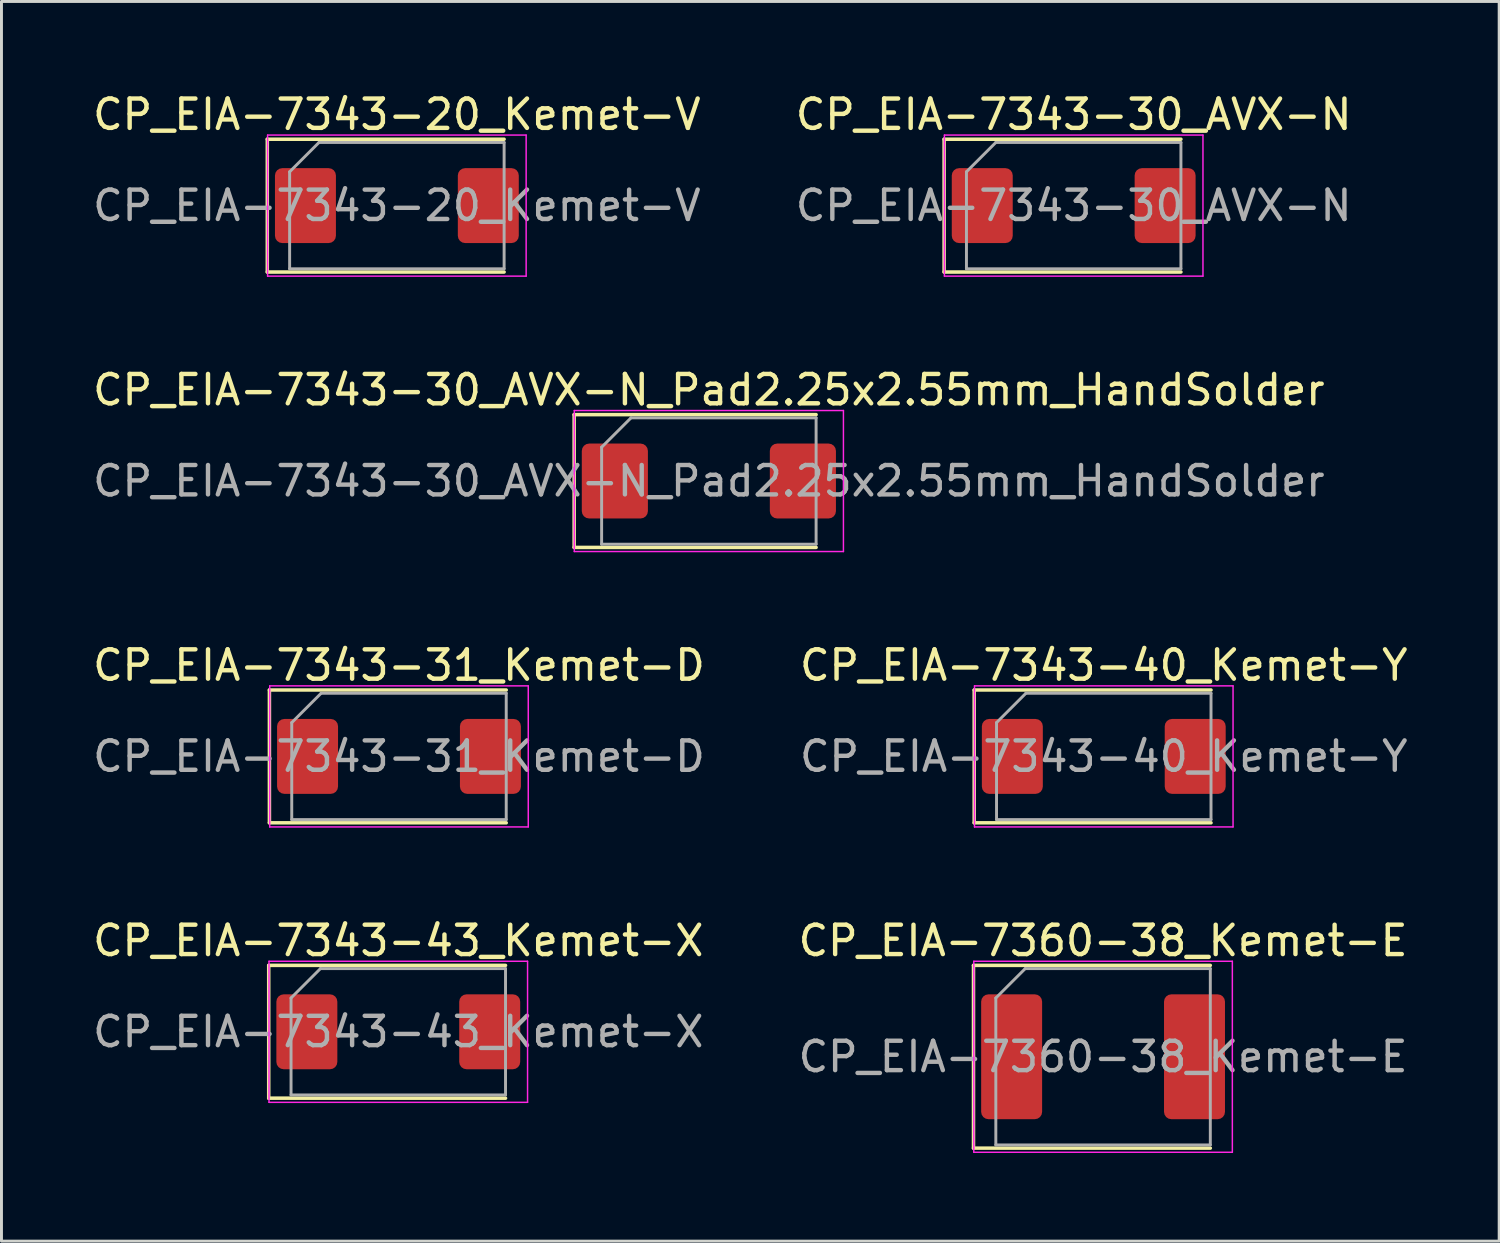
<source format=kicad_pcb>
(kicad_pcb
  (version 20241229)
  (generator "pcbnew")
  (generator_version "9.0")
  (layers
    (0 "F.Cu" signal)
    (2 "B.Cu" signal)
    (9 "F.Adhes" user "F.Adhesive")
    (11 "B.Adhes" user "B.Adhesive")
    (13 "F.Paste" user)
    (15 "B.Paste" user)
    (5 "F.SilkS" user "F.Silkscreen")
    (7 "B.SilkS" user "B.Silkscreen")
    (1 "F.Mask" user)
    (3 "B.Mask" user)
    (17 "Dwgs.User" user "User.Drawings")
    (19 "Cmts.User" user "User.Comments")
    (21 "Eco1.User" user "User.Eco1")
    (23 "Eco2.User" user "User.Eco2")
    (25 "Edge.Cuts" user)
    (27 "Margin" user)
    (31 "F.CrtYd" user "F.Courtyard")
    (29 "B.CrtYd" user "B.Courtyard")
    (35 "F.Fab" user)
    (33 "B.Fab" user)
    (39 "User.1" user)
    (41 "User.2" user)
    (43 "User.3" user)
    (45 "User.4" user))
  (footprint "CP_EIA-7343-30_AVX-N"
    (layer "F.Cu")
    (at 33.494 3.948)
    (property "Reference" "CP_EIA-7343-30_AVX-N" (at 0 -3.1 0) (layer "F.SilkS") (effects (font (size 1 1) (thickness 0.15))))
    (attr smd)
    (fp_line (start -4.41 -2.26) (end -4.41 2.26) (stroke (width 0.12) (type solid)) (layer "F.SilkS"))
    (fp_line (start -4.41 2.26) (end 3.65 2.26) (stroke (width 0.12) (type solid)) (layer "F.SilkS"))
    (fp_line (start 3.65 -2.26) (end -4.41 -2.26) (stroke (width 0.12) (type solid)) (layer "F.SilkS"))
    (fp_line (start -4.4 -2.4) (end 4.4 -2.4) (stroke (width 0.05) (type solid)) (layer "F.CrtYd"))
    (fp_line (start -4.4 2.4) (end -4.4 -2.4) (stroke (width 0.05) (type solid)) (layer "F.CrtYd"))
    (fp_line (start 4.4 -2.4) (end 4.4 2.4) (stroke (width 0.05) (type solid)) (layer "F.CrtYd"))
    (fp_line (start 4.4 2.4) (end -4.4 2.4) (stroke (width 0.05) (type solid)) (layer "F.CrtYd"))
    (fp_line (start -3.65 -1.15) (end -3.65 2.15) (stroke (width 0.1) (type solid)) (layer "F.Fab"))
    (fp_line (start -3.65 2.15) (end 3.65 2.15) (stroke (width 0.1) (type solid)) (layer "F.Fab"))
    (fp_line (start -2.65 -2.15) (end -3.65 -1.15) (stroke (width 0.1) (type solid)) (layer "F.Fab"))
    (fp_line (start 3.65 -2.15) (end -2.65 -2.15) (stroke (width 0.1) (type solid)) (layer "F.Fab"))
    (fp_line (start 3.65 2.15) (end 3.65 -2.15) (stroke (width 0.1) (type solid)) (layer "F.Fab"))
    (fp_text user "${REFERENCE}" (at 0 0 0) (layer "F.Fab") (effects (font (size 1 1) (thickness 0.15))))
    (pad "1" smd roundrect (at -3.112 0) (size 2.075 2.55) (layers "F.Cu" "F.Mask" "F.Paste") (roundrect_rratio 0.12))
    (pad "2" smd roundrect (at 3.112 0) (size 2.075 2.55) (layers "F.Cu" "F.Mask" "F.Paste") (roundrect_rratio 0.12)))
  (footprint "CP_EIA-7343-40_Kemet-Y"
    (layer "F.Cu")
    (at 34.518 22.695)
    (property "Reference" "CP_EIA-7343-40_Kemet-Y" (at 0 -3.1 0) (layer "F.SilkS") (effects (font (size 1 1) (thickness 0.15))))
    (attr smd)
    (fp_line (start -4.41 -2.26) (end -4.41 2.26) (stroke (width 0.12) (type solid)) (layer "F.SilkS"))
    (fp_line (start -4.41 2.26) (end 3.65 2.26) (stroke (width 0.12) (type solid)) (layer "F.SilkS"))
    (fp_line (start 3.65 -2.26) (end -4.41 -2.26) (stroke (width 0.12) (type solid)) (layer "F.SilkS"))
    (fp_line (start -4.4 -2.4) (end 4.4 -2.4) (stroke (width 0.05) (type solid)) (layer "F.CrtYd"))
    (fp_line (start -4.4 2.4) (end -4.4 -2.4) (stroke (width 0.05) (type solid)) (layer "F.CrtYd"))
    (fp_line (start 4.4 -2.4) (end 4.4 2.4) (stroke (width 0.05) (type solid)) (layer "F.CrtYd"))
    (fp_line (start 4.4 2.4) (end -4.4 2.4) (stroke (width 0.05) (type solid)) (layer "F.CrtYd"))
    (fp_line (start -3.65 -1.15) (end -3.65 2.15) (stroke (width 0.1) (type solid)) (layer "F.Fab"))
    (fp_line (start -3.65 2.15) (end 3.65 2.15) (stroke (width 0.1) (type solid)) (layer "F.Fab"))
    (fp_line (start -2.65 -2.15) (end -3.65 -1.15) (stroke (width 0.1) (type solid)) (layer "F.Fab"))
    (fp_line (start 3.65 -2.15) (end -2.65 -2.15) (stroke (width 0.1) (type solid)) (layer "F.Fab"))
    (fp_line (start 3.65 2.15) (end 3.65 -2.15) (stroke (width 0.1) (type solid)) (layer "F.Fab"))
    (fp_text user "${REFERENCE}" (at 0 0 0) (layer "F.Fab") (effects (font (size 1 1) (thickness 0.15))))
    (pad "1" smd roundrect (at -3.112 0) (size 2.075 2.55) (layers "F.Cu" "F.Mask" "F.Paste") (roundrect_rratio 0.12))
    (pad "2" smd roundrect (at 3.112 0) (size 2.075 2.55) (layers "F.Cu" "F.Mask" "F.Paste") (roundrect_rratio 0.12)))
  (footprint "CP_EIA-7360-38_Kemet-E"
    (layer "F.Cu")
    (at 34.494 32.918)
    (property "Reference" "CP_EIA-7360-38_Kemet-E" (at 0 -3.95 0) (layer "F.SilkS") (effects (font (size 1 1) (thickness 0.15))))
    (attr smd)
    (fp_line (start -4.41 -3.11) (end -4.41 3.11) (stroke (width 0.12) (type solid)) (layer "F.SilkS"))
    (fp_line (start -4.41 3.11) (end 3.65 3.11) (stroke (width 0.12) (type solid)) (layer "F.SilkS"))
    (fp_line (start 3.65 -3.11) (end -4.41 -3.11) (stroke (width 0.12) (type solid)) (layer "F.SilkS"))
    (fp_line (start -4.4 -3.25) (end 4.4 -3.25) (stroke (width 0.05) (type solid)) (layer "F.CrtYd"))
    (fp_line (start -4.4 3.25) (end -4.4 -3.25) (stroke (width 0.05) (type solid)) (layer "F.CrtYd"))
    (fp_line (start 4.4 -3.25) (end 4.4 3.25) (stroke (width 0.05) (type solid)) (layer "F.CrtYd"))
    (fp_line (start 4.4 3.25) (end -4.4 3.25) (stroke (width 0.05) (type solid)) (layer "F.CrtYd"))
    (fp_line (start -3.65 -2) (end -3.65 3) (stroke (width 0.1) (type solid)) (layer "F.Fab"))
    (fp_line (start -3.65 3) (end 3.65 3) (stroke (width 0.1) (type solid)) (layer "F.Fab"))
    (fp_line (start -2.65 -3) (end -3.65 -2) (stroke (width 0.1) (type solid)) (layer "F.Fab"))
    (fp_line (start 3.65 -3) (end -2.65 -3) (stroke (width 0.1) (type solid)) (layer "F.Fab"))
    (fp_line (start 3.65 3) (end 3.65 -3) (stroke (width 0.1) (type solid)) (layer "F.Fab"))
    (fp_text user "${REFERENCE}" (at 0 0 0) (layer "F.Fab") (effects (font (size 1 1) (thickness 0.15))))
    (pad "1" smd roundrect (at -3.112 0) (size 2.075 4.25) (layers "F.Cu" "F.Mask" "F.Paste") (roundrect_rratio 0.12))
    (pad "2" smd roundrect (at 3.112 0) (size 2.075 4.25) (layers "F.Cu" "F.Mask" "F.Paste") (roundrect_rratio 0.12)))
  (footprint "CP_EIA-7343-31_Kemet-D"
    (layer "F.Cu")
    (at 10.53 22.695)
    (property "Reference" "CP_EIA-7343-31_Kemet-D" (at 0 -3.1 0) (layer "F.SilkS") (effects (font (size 1 1) (thickness 0.15))))
    (attr smd)
    (fp_line (start -4.41 -2.26) (end -4.41 2.26) (stroke (width 0.12) (type solid)) (layer "F.SilkS"))
    (fp_line (start -4.41 2.26) (end 3.65 2.26) (stroke (width 0.12) (type solid)) (layer "F.SilkS"))
    (fp_line (start 3.65 -2.26) (end -4.41 -2.26) (stroke (width 0.12) (type solid)) (layer "F.SilkS"))
    (fp_line (start -4.4 -2.4) (end 4.4 -2.4) (stroke (width 0.05) (type solid)) (layer "F.CrtYd"))
    (fp_line (start -4.4 2.4) (end -4.4 -2.4) (stroke (width 0.05) (type solid)) (layer "F.CrtYd"))
    (fp_line (start 4.4 -2.4) (end 4.4 2.4) (stroke (width 0.05) (type solid)) (layer "F.CrtYd"))
    (fp_line (start 4.4 2.4) (end -4.4 2.4) (stroke (width 0.05) (type solid)) (layer "F.CrtYd"))
    (fp_line (start -3.65 -1.15) (end -3.65 2.15) (stroke (width 0.1) (type solid)) (layer "F.Fab"))
    (fp_line (start -3.65 2.15) (end 3.65 2.15) (stroke (width 0.1) (type solid)) (layer "F.Fab"))
    (fp_line (start -2.65 -2.15) (end -3.65 -1.15) (stroke (width 0.1) (type solid)) (layer "F.Fab"))
    (fp_line (start 3.65 -2.15) (end -2.65 -2.15) (stroke (width 0.1) (type solid)) (layer "F.Fab"))
    (fp_line (start 3.65 2.15) (end 3.65 -2.15) (stroke (width 0.1) (type solid)) (layer "F.Fab"))
    (fp_text user "${REFERENCE}" (at 0 0 0) (layer "F.Fab") (effects (font (size 1 1) (thickness 0.15))))
    (pad "1" smd roundrect (at -3.112 0) (size 2.075 2.55) (layers "F.Cu" "F.Mask" "F.Paste") (roundrect_rratio 0.12))
    (pad "2" smd roundrect (at 3.112 0) (size 2.075 2.55) (layers "F.Cu" "F.Mask" "F.Paste") (roundrect_rratio 0.12)))
  (footprint "CP_EIA-7343-30_AVX-N_Pad2.25x2.55mm_HandSolder"
    (layer "F.Cu")
    (at 21.077 13.322)
    (property "Reference" "CP_EIA-7343-30_AVX-N_Pad2.25x2.55mm_HandSolder" (at 0 -3.1 0) (layer "F.SilkS") (effects (font (size 1 1) (thickness 0.15))))
    (attr smd)
    (fp_line (start -4.585 -2.26) (end -4.585 2.26) (stroke (width 0.12) (type solid)) (layer "F.SilkS"))
    (fp_line (start -4.585 2.26) (end 3.65 2.26) (stroke (width 0.12) (type solid)) (layer "F.SilkS"))
    (fp_line (start 3.65 -2.26) (end -4.585 -2.26) (stroke (width 0.12) (type solid)) (layer "F.SilkS"))
    (fp_line (start -4.58 -2.4) (end 4.58 -2.4) (stroke (width 0.05) (type solid)) (layer "F.CrtYd"))
    (fp_line (start -4.58 2.4) (end -4.58 -2.4) (stroke (width 0.05) (type solid)) (layer "F.CrtYd"))
    (fp_line (start 4.58 -2.4) (end 4.58 2.4) (stroke (width 0.05) (type solid)) (layer "F.CrtYd"))
    (fp_line (start 4.58 2.4) (end -4.58 2.4) (stroke (width 0.05) (type solid)) (layer "F.CrtYd"))
    (fp_line (start -3.65 -1.15) (end -3.65 2.15) (stroke (width 0.1) (type solid)) (layer "F.Fab"))
    (fp_line (start -3.65 2.15) (end 3.65 2.15) (stroke (width 0.1) (type solid)) (layer "F.Fab"))
    (fp_line (start -2.65 -2.15) (end -3.65 -1.15) (stroke (width 0.1) (type solid)) (layer "F.Fab"))
    (fp_line (start 3.65 -2.15) (end -2.65 -2.15) (stroke (width 0.1) (type solid)) (layer "F.Fab"))
    (fp_line (start 3.65 2.15) (end 3.65 -2.15) (stroke (width 0.1) (type solid)) (layer "F.Fab"))
    (fp_text user "${REFERENCE}" (at 0 0 0) (layer "F.Fab") (effects (font (size 1 1) (thickness 0.15))))
    (pad "1" smd roundrect (at -3.2 0) (size 2.25 2.55) (layers "F.Cu" "F.Mask" "F.Paste") (roundrect_rratio 0.111))
    (pad "2" smd roundrect (at 3.2 0) (size 2.25 2.55) (layers "F.Cu" "F.Mask" "F.Paste") (roundrect_rratio 0.111)))
  (footprint "CP_EIA-7343-20_Kemet-V"
    (layer "F.Cu")
    (at 10.458 3.948)
    (property "Reference" "CP_EIA-7343-20_Kemet-V" (at 0 -3.1 0) (layer "F.SilkS") (effects (font (size 1 1) (thickness 0.15))))
    (attr smd)
    (fp_line (start -4.41 -2.26) (end -4.41 2.26) (stroke (width 0.12) (type solid)) (layer "F.SilkS"))
    (fp_line (start -4.41 2.26) (end 3.65 2.26) (stroke (width 0.12) (type solid)) (layer "F.SilkS"))
    (fp_line (start 3.65 -2.26) (end -4.41 -2.26) (stroke (width 0.12) (type solid)) (layer "F.SilkS"))
    (fp_line (start -4.4 -2.4) (end 4.4 -2.4) (stroke (width 0.05) (type solid)) (layer "F.CrtYd"))
    (fp_line (start -4.4 2.4) (end -4.4 -2.4) (stroke (width 0.05) (type solid)) (layer "F.CrtYd"))
    (fp_line (start 4.4 -2.4) (end 4.4 2.4) (stroke (width 0.05) (type solid)) (layer "F.CrtYd"))
    (fp_line (start 4.4 2.4) (end -4.4 2.4) (stroke (width 0.05) (type solid)) (layer "F.CrtYd"))
    (fp_line (start -3.65 -1.15) (end -3.65 2.15) (stroke (width 0.1) (type solid)) (layer "F.Fab"))
    (fp_line (start -3.65 2.15) (end 3.65 2.15) (stroke (width 0.1) (type solid)) (layer "F.Fab"))
    (fp_line (start -2.65 -2.15) (end -3.65 -1.15) (stroke (width 0.1) (type solid)) (layer "F.Fab"))
    (fp_line (start 3.65 -2.15) (end -2.65 -2.15) (stroke (width 0.1) (type solid)) (layer "F.Fab"))
    (fp_line (start 3.65 2.15) (end 3.65 -2.15) (stroke (width 0.1) (type solid)) (layer "F.Fab"))
    (fp_text user "${REFERENCE}" (at 0 0 0) (layer "F.Fab") (effects (font (size 1 1) (thickness 0.15))))
    (pad "1" smd roundrect (at -3.112 0) (size 2.075 2.55) (layers "F.Cu" "F.Mask" "F.Paste") (roundrect_rratio 0.12))
    (pad "2" smd roundrect (at 3.112 0) (size 2.075 2.55) (layers "F.Cu" "F.Mask" "F.Paste") (roundrect_rratio 0.12)))
  (footprint "CP_EIA-7343-43_Kemet-X"
    (layer "F.Cu")
    (at 10.506 32.068)
    (property "Reference" "CP_EIA-7343-43_Kemet-X" (at 0 -3.1 0) (layer "F.SilkS") (effects (font (size 1 1) (thickness 0.15))))
    (attr smd)
    (fp_line (start -4.41 -2.26) (end -4.41 2.26) (stroke (width 0.12) (type solid)) (layer "F.SilkS"))
    (fp_line (start -4.41 2.26) (end 3.65 2.26) (stroke (width 0.12) (type solid)) (layer "F.SilkS"))
    (fp_line (start 3.65 -2.26) (end -4.41 -2.26) (stroke (width 0.12) (type solid)) (layer "F.SilkS"))
    (fp_line (start -4.4 -2.4) (end 4.4 -2.4) (stroke (width 0.05) (type solid)) (layer "F.CrtYd"))
    (fp_line (start -4.4 2.4) (end -4.4 -2.4) (stroke (width 0.05) (type solid)) (layer "F.CrtYd"))
    (fp_line (start 4.4 -2.4) (end 4.4 2.4) (stroke (width 0.05) (type solid)) (layer "F.CrtYd"))
    (fp_line (start 4.4 2.4) (end -4.4 2.4) (stroke (width 0.05) (type solid)) (layer "F.CrtYd"))
    (fp_line (start -3.65 -1.15) (end -3.65 2.15) (stroke (width 0.1) (type solid)) (layer "F.Fab"))
    (fp_line (start -3.65 2.15) (end 3.65 2.15) (stroke (width 0.1) (type solid)) (layer "F.Fab"))
    (fp_line (start -2.65 -2.15) (end -3.65 -1.15) (stroke (width 0.1) (type solid)) (layer "F.Fab"))
    (fp_line (start 3.65 -2.15) (end -2.65 -2.15) (stroke (width 0.1) (type solid)) (layer "F.Fab"))
    (fp_line (start 3.65 2.15) (end 3.65 -2.15) (stroke (width 0.1) (type solid)) (layer "F.Fab"))
    (fp_text user "${REFERENCE}" (at 0 0 0) (layer "F.Fab") (effects (font (size 1 1) (thickness 0.15))))
    (pad "1" smd roundrect (at -3.112 0) (size 2.075 2.55) (layers "F.Cu" "F.Mask" "F.Paste") (roundrect_rratio 0.12))
    (pad "2" smd roundrect (at 3.112 0) (size 2.075 2.55) (layers "F.Cu" "F.Mask" "F.Paste") (roundrect_rratio 0.12)))
  (gr_rect
    (start -3 -3)
    (end 47.976 39.193)
    (stroke (width 0.1) (type default))
    (fill no)
    (layer "Edge.Cuts")))
</source>
